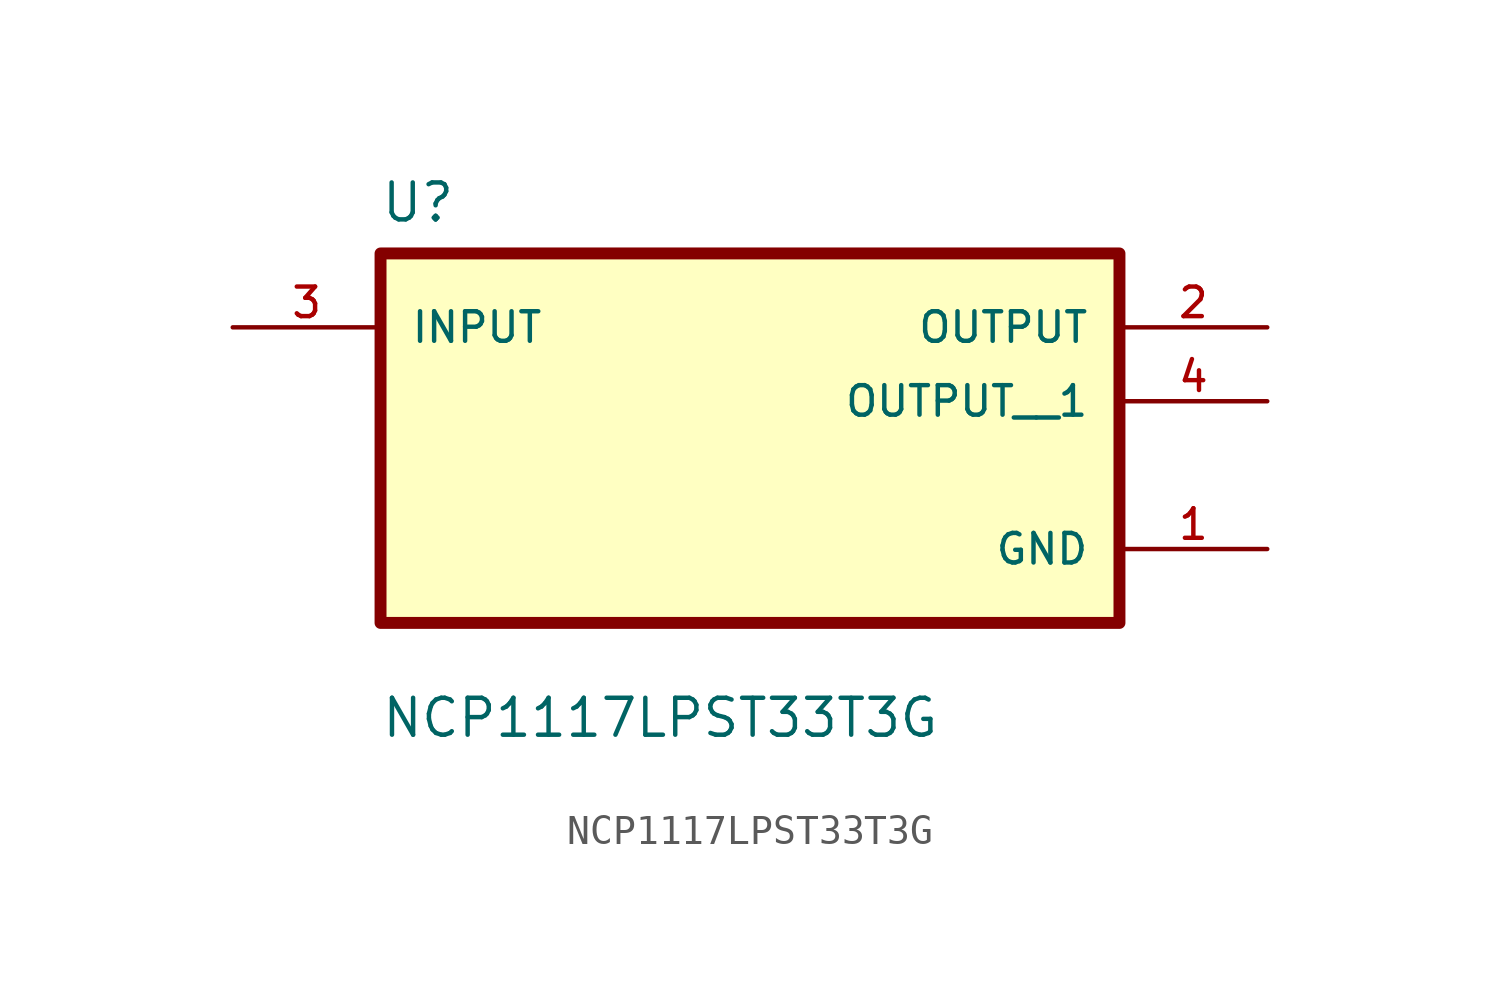
<source format=kicad_sym>
(kicad_symbol_lib
  (version 20211014)
  (generator kicad_symbol_editor)
  (symbol "NCP1117LPST33T3G"
    (pin_names
      (offset 1.016))
    (property "Reference" "U"
      (at -12.721 6.088 0.0)
      (effects (font (size 1.27 1.27)) (justify bottom left)))
    (property "Value" "NCP1117LPST33T3G"
      (at -12.709 -11.626 0.0)
      (effects (font (size 1.27 1.27)) (justify bottom left)))
    (symbol "NCP1117LPST33T3G_0_0"
      (rectangle (start -12.7 -7.62) (end 12.7 5.08) (stroke (width 0.41)) (fill (type background)))
      (pin input line (at -17.78 2.54 0) (length 5.08) (name "INPUT" (effects (font (size 1.016 1.016)))) (number "3" (effects (font (size 1.016 1.016)))))
      (pin output line (at 17.78 2.54 180.0) (length 5.08) (name "OUTPUT" (effects (font (size 1.016 1.016)))) (number "2" (effects (font (size 1.016 1.016)))))
      (pin power_in line (at 17.78 -5.08 180.0) (length 5.08) (name "GND" (effects (font (size 1.016 1.016)))) (number "1" (effects (font (size 1.016 1.016)))))
      (pin output line (at 17.78 0.0 180.0) (length 5.08) (name "OUTPUT__1" (effects (font (size 1.016 1.016)))) (number "4" (effects (font (size 1.016 1.016))))))))
</source>
